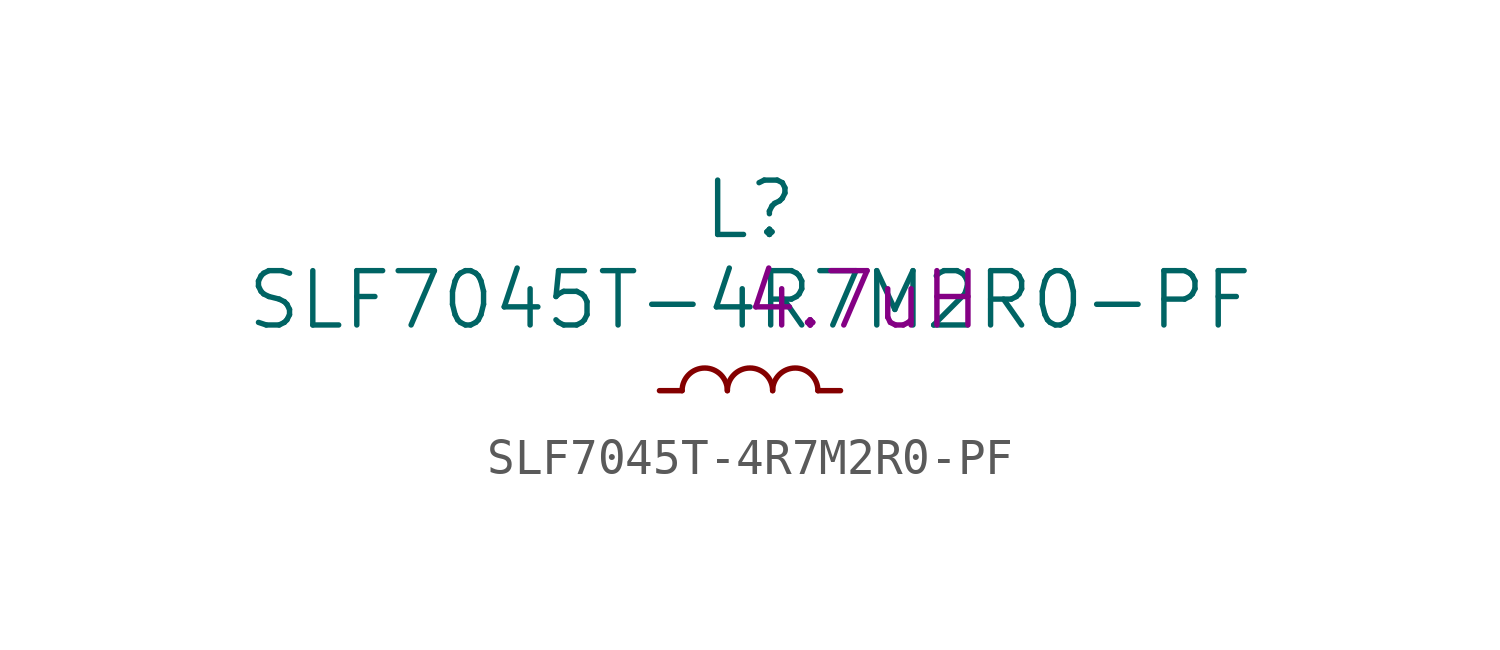
<source format=kicad_sym>
(kicad_symbol_lib
  (version 20220914)
  (generator kicad_symbol_editor)
  (symbol "SLF7045T-4R7M2R0-PF"
    (pin_numbers hide)
    (pin_names
      (offset 1.016) hide)
    (property "Reference" "L"
      (at 0 5.08 0)
      (effects (font (size 1.524 1.524))))
    (property "Value" "SLF7045T-4R7M2R0-PF"
      (at 0 2.54 0)
      (effects (font (size 1.524 1.524))))
    (property "Value2" "4.7uH"
      (at 3.175 2.54 0)
      (effects (font (size 1.524 1.524))))
    (symbol "SLF7045T-4R7M2R0-PF_0_1"
      (arc (start -0.635 0) (mid -1.27 0.6323) (end -1.905 0) (stroke (width 0) (type solid)) (fill (type none)))
      (arc (start 0.635 0) (mid 0 0.6323) (end -0.635 0) (stroke (width 0) (type solid)) (fill (type none)))
      (arc (start 1.905 0) (mid 1.27 0.6323) (end 0.635 0) (stroke (width 0) (type solid)) (fill (type none))))
    (symbol "SLF7045T-4R7M2R0-PF_1_1"
      (pin passive line (at -2.54 0 0) (length 0.635) (name "1" (effects (font (size 1.27 1.27)))) (number "1" (effects (font (size 1.27 1.27)))))
      (pin passive line (at 2.54 0 180) (length 0.635) (name "2" (effects (font (size 1.27 1.27)))) (number "2" (effects (font (size 1.27 1.27))))))))
</source>
